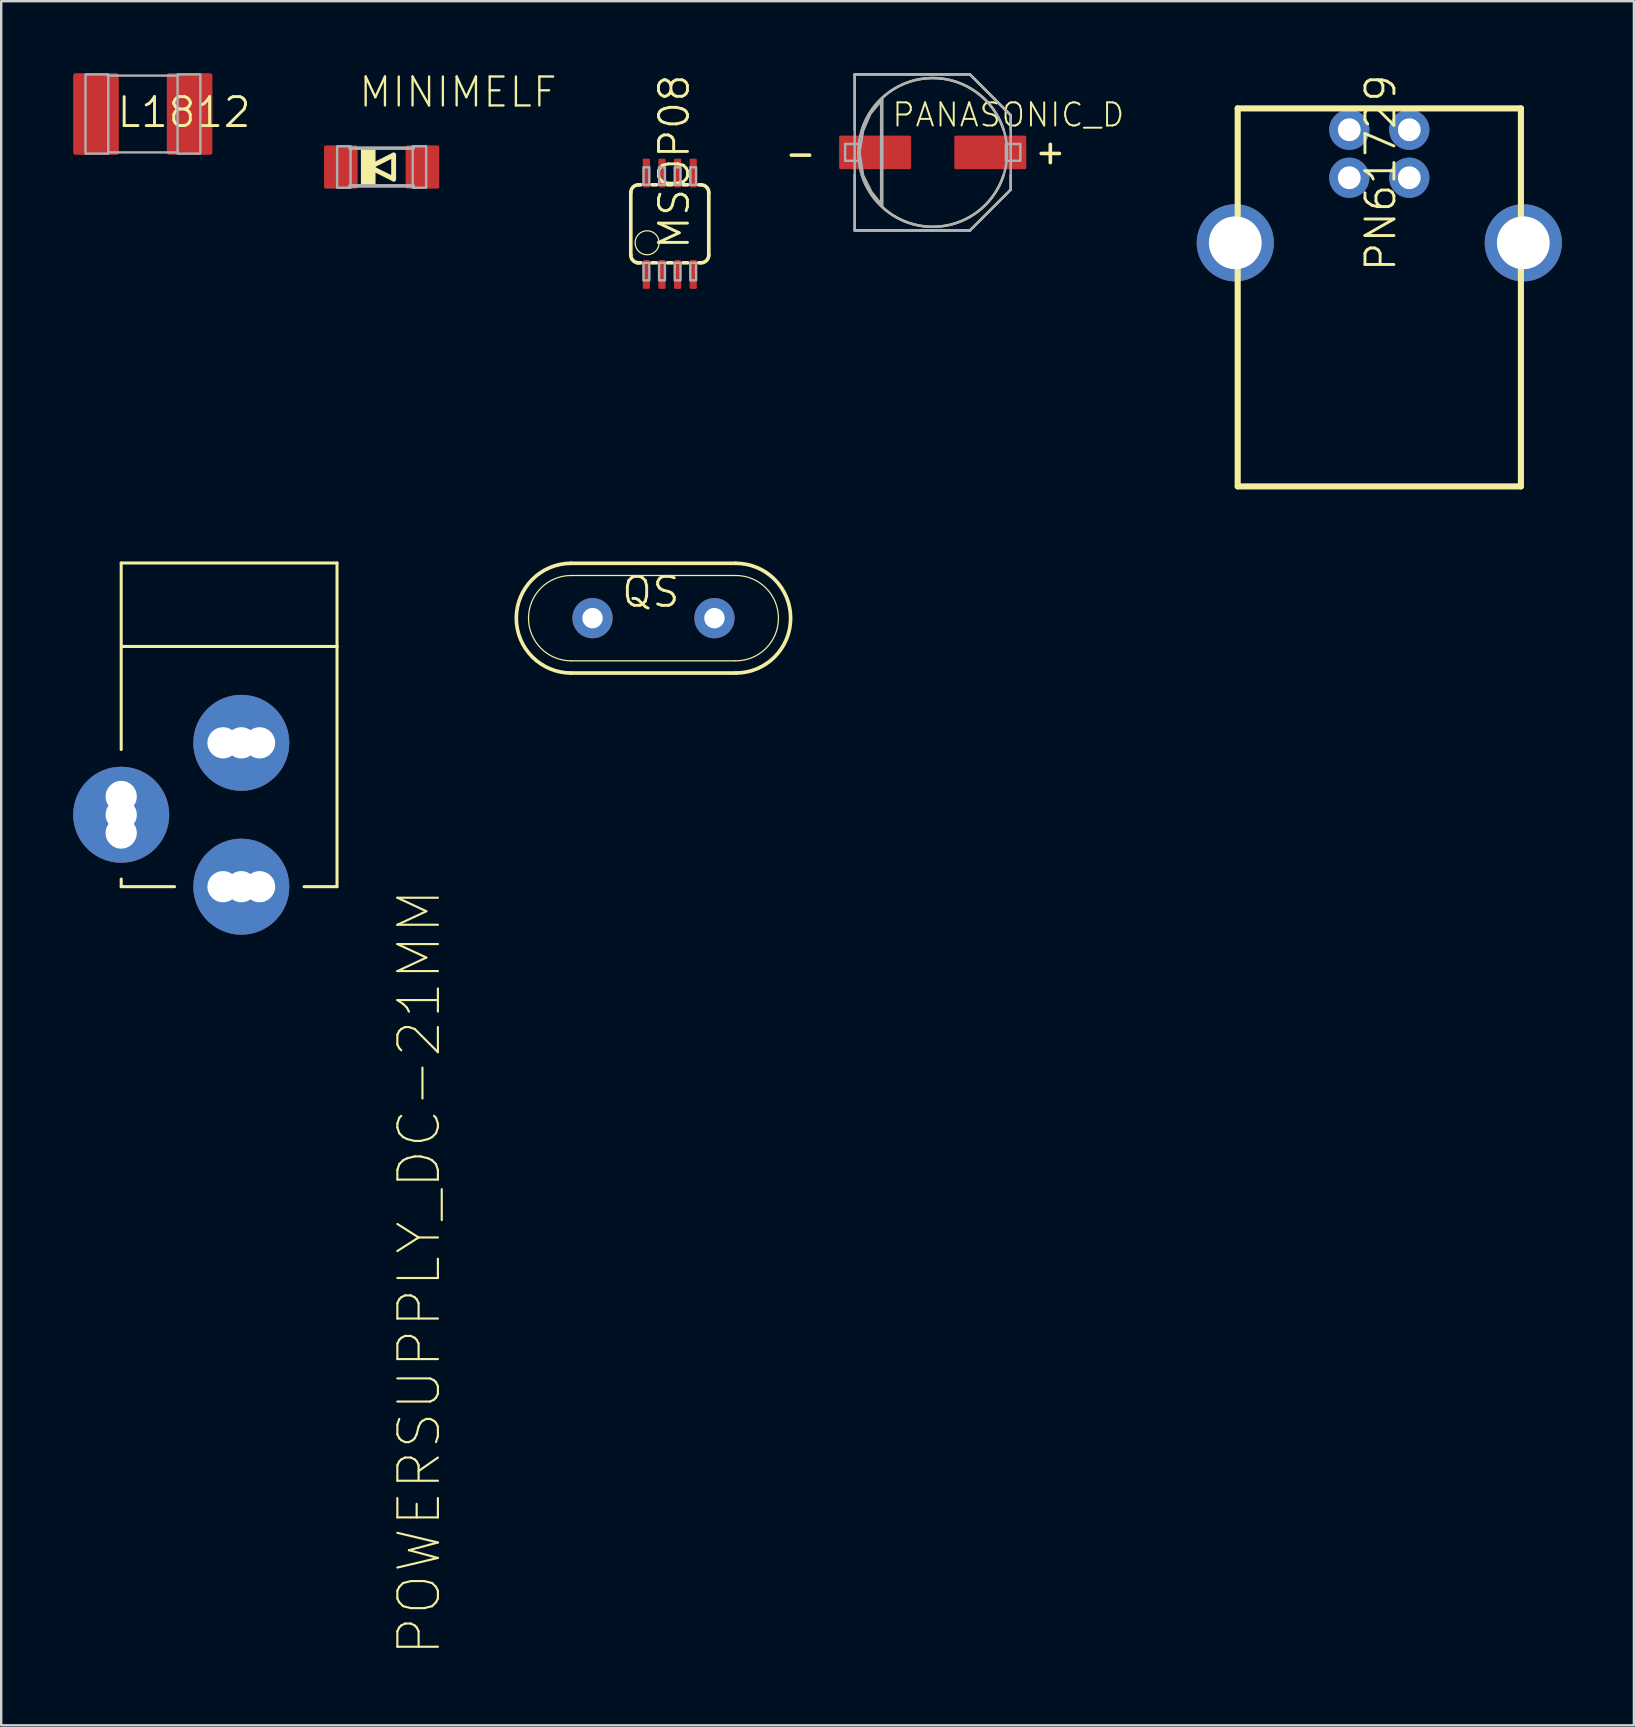
<source format=kicad_pcb>
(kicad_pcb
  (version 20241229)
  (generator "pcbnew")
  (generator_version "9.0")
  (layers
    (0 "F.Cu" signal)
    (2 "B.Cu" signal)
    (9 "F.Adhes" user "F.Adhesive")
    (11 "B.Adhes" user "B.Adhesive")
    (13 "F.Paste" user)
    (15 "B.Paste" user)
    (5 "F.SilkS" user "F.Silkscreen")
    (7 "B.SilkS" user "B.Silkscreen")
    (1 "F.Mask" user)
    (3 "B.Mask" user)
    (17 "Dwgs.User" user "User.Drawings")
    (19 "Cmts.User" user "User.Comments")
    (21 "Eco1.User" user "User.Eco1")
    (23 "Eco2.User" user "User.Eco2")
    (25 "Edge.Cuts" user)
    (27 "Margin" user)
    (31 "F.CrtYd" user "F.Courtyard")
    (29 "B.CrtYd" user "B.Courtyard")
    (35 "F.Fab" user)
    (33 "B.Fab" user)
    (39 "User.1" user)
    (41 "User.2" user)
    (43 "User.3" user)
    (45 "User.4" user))
  (footprint "MSOP08"
    (layer "F.Cu")
    (at 24.858 6.274)
    (property "Reference" "MSOP08" (at 0.889 1.143 270) (layer "F.SilkS") (effects (font (size 1.206 1.206) (thickness 0.121)) (justify left bottom)))
    (attr through_hole)
    (fp_line (start -1.626 1.301) (end -1.626 -1.299) (stroke (width 0.152) (type solid)) (layer "F.SilkS"))
    (fp_line (start -1.341 1.626) (end -1.204 1.626) (stroke (width 0.152) (type solid)) (layer "F.SilkS"))
    (fp_line (start -1.301 -1.624) (end -1.204 -1.624) (stroke (width 0.152) (type solid)) (layer "F.SilkS"))
    (fp_line (start -0.747 -1.624) (end -0.554 -1.624) (stroke (width 0.152) (type solid)) (layer "F.SilkS"))
    (fp_line (start -0.747 1.626) (end -0.554 1.626) (stroke (width 0.152) (type solid)) (layer "F.SilkS"))
    (fp_line (start -0.097 -1.624) (end 0.096 -1.624) (stroke (width 0.152) (type solid)) (layer "F.SilkS"))
    (fp_line (start -0.097 1.626) (end 0.096 1.626) (stroke (width 0.152) (type solid)) (layer "F.SilkS"))
    (fp_line (start 0.553 -1.624) (end 0.746 -1.624) (stroke (width 0.152) (type solid)) (layer "F.SilkS"))
    (fp_line (start 0.553 1.626) (end 0.746 1.626) (stroke (width 0.152) (type solid)) (layer "F.SilkS"))
    (fp_line (start 1.203 -1.624) (end 1.299 -1.624) (stroke (width 0.152) (type solid)) (layer "F.SilkS"))
    (fp_line (start 1.203 1.626) (end 1.299 1.626) (stroke (width 0.152) (type solid)) (layer "F.SilkS"))
    (fp_line (start 1.624 -1.299) (end 1.624 1.301) (stroke (width 0.152) (type solid)) (layer "F.SilkS"))
    (fp_arc (start -1.626 -1.299) (mid -1.53081 -1.52881) (end -1.301 -1.624) (stroke (width 0.1524) (type solid)) (layer "F.SilkS"))
    (fp_arc (start -1.301 1.626) (mid -1.53081 1.53081) (end -1.626 1.301) (stroke (width 0.1524) (type solid)) (layer "F.SilkS"))
    (fp_arc (start 1.299 -1.624) (mid 1.52881 -1.52881) (end 1.624 -1.299) (stroke (width 0.1524) (type solid)) (layer "F.SilkS"))
    (fp_arc (start 1.624 1.301) (mid 1.52881 1.53081) (end 1.299 1.626) (stroke (width 0.1524) (type solid)) (layer "F.SilkS"))
    (fp_circle (center -0.946 0.791) (end -0.446 0.791) (stroke (width 0.051) (type solid)) (fill no) (layer "F.SilkS"))
    (fp_poly (pts (xy -1.097 -1.624) (xy -0.854 -1.624) (xy -0.854 -2.356) (xy -1.097 -2.356)) (stroke (width 0.1) (type solid)) (fill no) (layer "F.Fab"))
    (fp_poly (pts (xy -1.097 2.357) (xy -0.854 2.357) (xy -0.854 1.626) (xy -1.097 1.626)) (stroke (width 0.1) (type solid)) (fill no) (layer "F.Fab"))
    (fp_poly (pts (xy -0.448 -1.624) (xy -0.204 -1.624) (xy -0.204 -2.356) (xy -0.448 -2.356)) (stroke (width 0.1) (type solid)) (fill no) (layer "F.Fab"))
    (fp_poly (pts (xy -0.448 2.357) (xy -0.204 2.357) (xy -0.204 1.626) (xy -0.448 1.626)) (stroke (width 0.1) (type solid)) (fill no) (layer "F.Fab"))
    (fp_poly (pts (xy 0.203 -1.624) (xy 0.446 -1.624) (xy 0.446 -2.356) (xy 0.203 -2.356)) (stroke (width 0.1) (type solid)) (fill no) (layer "F.Fab"))
    (fp_poly (pts (xy 0.203 2.357) (xy 0.446 2.357) (xy 0.446 1.626) (xy 0.203 1.626)) (stroke (width 0.1) (type solid)) (fill no) (layer "F.Fab"))
    (fp_poly (pts (xy 0.853 -1.624) (xy 1.096 -1.624) (xy 1.096 -2.356) (xy 0.853 -2.356)) (stroke (width 0.1) (type solid)) (fill no) (layer "F.Fab"))
    (fp_poly (pts (xy 0.853 2.357) (xy 1.096 2.357) (xy 1.096 1.626) (xy 0.853 1.626)) (stroke (width 0.1) (type solid)) (fill no) (layer "F.Fab"))
    (pad "1" smd roundrect (at -0.976 2.113) (size 0.3 1.2) (layers "F.Cu" "F.Mask" "F.Paste") (roundrect_rratio 0.169))
    (pad "2" smd roundrect (at -0.326 2.113) (size 0.3 1.2) (layers "F.Cu" "F.Mask" "F.Paste") (roundrect_rratio 0.169))
    (pad "3" smd roundrect (at 0.324 2.113) (size 0.3 1.2) (layers "F.Cu" "F.Mask" "F.Paste") (roundrect_rratio 0.169))
    (pad "4" smd roundrect (at 0.974 2.113) (size 0.3 1.2) (layers "F.Cu" "F.Mask" "F.Paste") (roundrect_rratio 0.169))
    (pad "5" smd roundrect (at 0.974 -2.112) (size 0.3 1.2) (layers "F.Cu" "F.Mask" "F.Paste") (roundrect_rratio 0.169))
    (pad "6" smd roundrect (at 0.324 -2.112) (size 0.3 1.2) (layers "F.Cu" "F.Mask" "F.Paste") (roundrect_rratio 0.169))
    (pad "7" smd roundrect (at -0.326 -2.112) (size 0.3 1.2) (layers "F.Cu" "F.Mask" "F.Paste") (roundrect_rratio 0.169))
    (pad "8" smd roundrect (at -0.976 -2.112) (size 0.3 1.2) (layers "F.Cu" "F.Mask" "F.Paste") (roundrect_rratio 0.169)))
  (footprint "MINIMELF"
    (layer "F.Cu")
    (at 12.851 3.909)
    (property "Reference" "MINIMELF" (at -1.016 -2.413 0) (layer "F.SilkS") (effects (font (size 1.206 1.206) (thickness 0.097)) (justify left bottom)))
    (attr through_hole)
    (fp_line (start -0.5 0) (end 0.5 0.5) (stroke (width 0.203) (type solid)) (layer "F.SilkS"))
    (fp_line (start 0.5 -0.5) (end -0.5 0) (stroke (width 0.203) (type solid)) (layer "F.SilkS"))
    (fp_line (start 0.5 0.5) (end 0.5 -0.5) (stroke (width 0.203) (type solid)) (layer "F.SilkS"))
    (fp_poly (pts (xy -0.864 0.787) (xy -0.254 0.787) (xy -0.254 -0.787) (xy -0.864 -0.787)) (stroke (width 0) (type solid)) (fill yes) (layer "F.SilkS"))
    (fp_line (start 1.321 -0.787) (end -1.321 -0.787) (stroke (width 0.152) (type solid)) (layer "F.Fab"))
    (fp_line (start 1.321 0.787) (end -1.321 0.787) (stroke (width 0.152) (type solid)) (layer "F.Fab"))
    (fp_poly (pts (xy -1.854 0.864) (xy -1.295 0.864) (xy -1.295 -0.864) (xy -1.854 -0.864)) (stroke (width 0.1) (type solid)) (fill no) (layer "F.Fab"))
    (fp_poly (pts (xy 1.295 0.864) (xy 1.854 0.864) (xy 1.854 -0.864) (xy 1.295 -0.864)) (stroke (width 0.1) (type solid)) (fill no) (layer "F.Fab"))
    (pad "1" smd roundrect (at -1.7 0) (size 1.4 1.8) (layers "F.Cu" "F.Mask" "F.Paste") (roundrect_rratio 0.05))
    (pad "2" smd roundrect (at 1.7 0) (size 1.4 1.8) (layers "F.Cu" "F.Mask" "F.Paste") (roundrect_rratio 0.05)))
  (footprint "QS"
    (layer "F.Cu")
    (at 24.177 22.706)
    (property "Reference" "QS" (at -1.397 -0.381 180) (layer "F.SilkS") (effects (font (size 1.206 1.206) (thickness 0.121)) (justify left bottom)))
    (attr through_hole)
    (fp_line (start -3.429 1.778) (end 3.429 1.778) (stroke (width 0.051) (type solid)) (layer "F.SilkS"))
    (fp_line (start -3.429 2.286) (end 3.429 2.286) (stroke (width 0.152) (type solid)) (layer "F.SilkS"))
    (fp_line (start 3.429 -2.286) (end -3.429 -2.286) (stroke (width 0.152) (type solid)) (layer "F.SilkS"))
    (fp_line (start 3.429 -1.778) (end -3.429 -1.778) (stroke (width 0.051) (type solid)) (layer "F.SilkS"))
    (fp_arc (start -3.429 1.778) (mid -5.207 0) (end -3.429 -1.778) (stroke (width 0.0508) (type solid)) (layer "F.SilkS"))
    (fp_arc (start -3.429 2.286) (mid -5.715 0) (end -3.429 -2.286) (stroke (width 0.1524) (type solid)) (layer "F.SilkS"))
    (fp_arc (start 3.429 -2.286) (mid 5.715 0) (end 3.429 2.286) (stroke (width 0.1524) (type solid)) (layer "F.SilkS"))
    (fp_arc (start 3.429 -1.778) (mid 5.207 0) (end 3.429 1.778) (stroke (width 0.0508) (type solid)) (layer "F.SilkS"))
    (pad "1" thru_hole circle (at -2.54 0 90) (size 1.676 1.676) (drill 0.85) (layers "*.Cu" "*.Mask"))
    (pad "2" thru_hole circle (at 2.54 0 90) (size 1.676 1.676) (drill 0.85) (layers "*.Cu" "*.Mask")))
  (footprint "PANASONIC_D"
    (layer "F.Cu")
    (at 35.812 3.301)
    (property "Reference" "PANASONIC_D" (at -1.75 -1 0) (layer "F.SilkS") (effects (font (size 0.965 0.965) (thickness 0.081)) (justify left bottom)))
    (attr through_hole)
    (fp_line (start -3.25 -3.25) (end 1.55 -3.25) (stroke (width 0.102) (type solid)) (layer "F.SilkS"))
    (fp_line (start -3.25 -0.95) (end -3.25 -3.25) (stroke (width 0.102) (type solid)) (layer "F.SilkS"))
    (fp_line (start -3.25 3.25) (end -3.25 0.95) (stroke (width 0.102) (type solid)) (layer "F.SilkS"))
    (fp_line (start 1.55 -3.25) (end 3.25 -1.55) (stroke (width 0.102) (type solid)) (layer "F.SilkS"))
    (fp_line (start 1.55 3.25) (end -3.25 3.25) (stroke (width 0.102) (type solid)) (layer "F.SilkS"))
    (fp_line (start 3.25 -1.55) (end 3.25 -0.95) (stroke (width 0.102) (type solid)) (layer "F.SilkS"))
    (fp_line (start 3.25 0.95) (end 3.25 1.55) (stroke (width 0.102) (type solid)) (layer "F.SilkS"))
    (fp_line (start 3.25 1.55) (end 1.55 3.25) (stroke (width 0.102) (type solid)) (layer "F.SilkS"))
    (fp_arc (start -2.95 -0.95) (mid 0 -3.099193) (end 2.95 -0.95) (stroke (width 0.1016) (type solid)) (layer "F.SilkS"))
    (fp_arc (start 2.95 0.95) (mid 0 3.099193) (end -2.95 0.95) (stroke (width 0.1016) (type solid)) (layer "F.SilkS"))
    (fp_line (start -3.25 -3.25) (end 1.55 -3.25) (stroke (width 0.102) (type solid)) (layer "F.Fab"))
    (fp_line (start -3.25 3.25) (end -3.25 -3.25) (stroke (width 0.102) (type solid)) (layer "F.Fab"))
    (fp_line (start -2.1 -2.25) (end -2.1 2.2) (stroke (width 0.102) (type solid)) (layer "F.Fab"))
    (fp_line (start 1.55 -3.25) (end 3.25 -1.55) (stroke (width 0.102) (type solid)) (layer "F.Fab"))
    (fp_line (start 1.55 3.25) (end -3.25 3.25) (stroke (width 0.102) (type solid)) (layer "F.Fab"))
    (fp_line (start 3.25 -1.55) (end 3.25 1.55) (stroke (width 0.102) (type solid)) (layer "F.Fab"))
    (fp_line (start 3.25 1.55) (end 1.55 3.25) (stroke (width 0.102) (type solid)) (layer "F.Fab"))
    (fp_circle (center 0 0) (end 3.1 0) (stroke (width 0.102) (type solid)) (fill no) (layer "F.Fab"))
    (fp_poly (pts (xy -3.65 0.35) (xy -3.05 0.35) (xy -3.05 -0.35) (xy -3.65 -0.35)) (stroke (width 0.1) (type solid)) (fill no) (layer "F.Fab"))
    (fp_poly (pts (xy 3.05 0.35) (xy 3.65 0.35) (xy 3.65 -0.35) (xy 3.05 -0.35)) (stroke (width 0.1) (type solid)) (fill no) (layer "F.Fab"))
    (fp_poly (pts (xy -2.15 -2.15) (xy -2.6 -1.6) (xy -2.9 -0.9) (xy -3.05 0) (xy -2.9 0.95) (xy -2.55 1.65) (xy -2.15 2.15) (xy -2.15 -2.1)) (stroke (width 0.1) (type solid)) (fill no) (layer "F.Fab"))
    (fp_text user "-" (at -5.51 0.04 0) (layer "F.SilkS") (effects (font (size 1 1) (thickness 0.15))))
    (fp_text user "+" (at 4.9 -0.03 0) (layer "F.SilkS") (effects (font (size 1 1) (thickness 0.15))))
    (pad "1" smd roundrect (at 2.4 0) (size 3 1.4) (layers "F.Cu" "F.Mask" "F.Paste") (roundrect_rratio 0.05))
    (pad "2" smd roundrect (at -2.4 0) (size 3 1.4) (layers "F.Cu" "F.Mask" "F.Paste") (roundrect_rratio 0.05)))
  (footprint "PN61729"
    (layer "F.Cu")
    (at 54.419 7.066)
    (property "Reference" "PN61729" (at 0.762 1.27 90) (layer "F.SilkS") (effects (font (size 1.206 1.206) (thickness 0.121)) (justify left bottom)))
    (attr through_hole)
    (fp_line (start -5.9 -5.6) (end -5.9 10.15) (stroke (width 0.254) (type solid)) (layer "F.SilkS"))
    (fp_line (start -5.9 10.15) (end 5.9 10.15) (stroke (width 0.254) (type solid)) (layer "F.SilkS"))
    (fp_line (start 5.9 -5.6) (end -5.9 -5.6) (stroke (width 0.254) (type solid)) (layer "F.SilkS"))
    (fp_line (start 5.9 10.15) (end 5.9 -5.6) (stroke (width 0.254) (type solid)) (layer "F.SilkS"))
    (pad "1" thru_hole circle (at 1.25 -4.71) (size 1.676 1.676) (drill 0.95) (layers "*.Cu" "*.Mask"))
    (pad "2" thru_hole circle (at -1.25 -4.71) (size 1.676 1.676) (drill 0.95) (layers "*.Cu" "*.Mask"))
    (pad "3" thru_hole circle (at -1.25 -2.71) (size 1.676 1.676) (drill 0.95) (layers "*.Cu" "*.Mask"))
    (pad "4" thru_hole circle (at 1.25 -2.71) (size 1.676 1.676) (drill 0.95) (layers "*.Cu" "*.Mask"))
    (pad "5" thru_hole circle (at -6 0) (size 3.216 3.216) (drill 2.2) (layers "*.Cu" "*.Mask"))
    (pad "6" thru_hole circle (at 6 0) (size 3.216 3.216) (drill 2.2) (layers "*.Cu" "*.Mask")))
  (footprint "POWERSUPPLY_DC-21MM"
    (layer "F.Cu")
    (at 7.08 27.544)
    (property "Reference" "POWERSUPPLY_DC-21MM" (at 6.35 6.35 90) (layer "F.SilkS") (effects (font (size 1.689 1.689) (thickness 0.089)) (justify right top)))
    (attr through_hole)
    (fp_line (start -5.08 -7.137) (end -5.08 0.635) (stroke (width 0.127) (type solid)) (layer "F.SilkS"))
    (fp_line (start -5.08 6.35) (end -5.08 6.032) (stroke (width 0.127) (type solid)) (layer "F.SilkS"))
    (fp_line (start -5.055 -3.658) (end 3.912 -3.658) (stroke (width 0.127) (type solid)) (layer "F.SilkS"))
    (fp_line (start -2.857 6.35) (end -5.08 6.35) (stroke (width 0.127) (type solid)) (layer "F.SilkS"))
    (fp_line (start 2.54 6.35) (end 3.912 6.35) (stroke (width 0.127) (type solid)) (layer "F.SilkS"))
    (fp_line (start 3.912 -7.137) (end -5.08 -7.137) (stroke (width 0.127) (type solid)) (layer "F.SilkS"))
    (fp_line (start 3.912 -3.658) (end 3.912 -7.137) (stroke (width 0.127) (type solid)) (layer "F.SilkS"))
    (fp_line (start 3.912 6.35) (end 3.912 -3.658) (stroke (width 0.127) (type solid)) (layer "F.SilkS"))
    (pad "1" thru_hole circle (at -5.08 3.353 90) (size 4 4) (drill 1.3) (layers "*.Cu" "*.Mask"))
    (pad "2" thru_hole circle (at -0.076 6.35) (size 4 4) (drill 1.3) (layers "*.Cu" "*.Mask"))
    (pad "3" thru_hole circle (at -0.076 0.356) (size 4 4) (drill 1.3) (layers "*.Cu" "*.Mask"))
    (pad "4" thru_hole circle (at -5.08 4.115) (size 1.95 1.95) (drill 1.3) (layers "*.Cu" "*.Mask"))
    (pad "5" thru_hole circle (at -5.08 2.591) (size 1.95 1.95) (drill 1.3) (layers "*.Cu" "*.Mask"))
    (pad "6" thru_hole circle (at -0.838 0.356) (size 1.95 1.95) (drill 1.3) (layers "*.Cu" "*.Mask"))
    (pad "7" thru_hole circle (at 0.686 0.356) (size 1.95 1.95) (drill 1.3) (layers "*.Cu" "*.Mask"))
    (pad "8" thru_hole circle (at -0.838 6.35) (size 1.95 1.95) (drill 1.3) (layers "*.Cu" "*.Mask"))
    (pad "9" thru_hole circle (at 0.686 6.35) (size 1.95 1.95) (drill 1.3) (layers "*.Cu" "*.Mask")))
  (footprint "L1812"
    (layer "F.Cu")
    (at 2.9 1.7)
    (property "Reference" "L1812" (at -1.143 0.635 0) (layer "F.SilkS") (effects (font (size 1.206 1.206) (thickness 0.121)) (justify left bottom)))
    (attr through_hole)
    (fp_line (start -1.473 -1.6) (end 1.473 -1.6) (stroke (width 0.102) (type solid)) (layer "F.Fab"))
    (fp_line (start -1.448 1.6) (end 1.473 1.6) (stroke (width 0.102) (type solid)) (layer "F.Fab"))
    (fp_poly (pts (xy -2.388 1.651) (xy -1.438 1.651) (xy -1.438 -1.649) (xy -2.388 -1.649)) (stroke (width 0.1) (type solid)) (fill no) (layer "F.Fab"))
    (fp_poly (pts (xy 1.448 1.651) (xy 2.398 1.651) (xy 2.398 -1.649) (xy 1.448 -1.649)) (stroke (width 0.1) (type solid)) (fill no) (layer "F.Fab"))
    (pad "1" smd roundrect (at -1.95 0) (size 1.9 3.4) (layers "F.Cu" "F.Mask" "F.Paste") (roundrect_rratio 0.05))
    (pad "2" smd roundrect (at 1.95 0) (size 1.9 3.4) (layers "F.Cu" "F.Mask" "F.Paste") (roundrect_rratio 0.05)))
  (gr_rect
    (start -3 -3)
    (end 65.027 68.836)
    (stroke (width 0.1) (type default))
    (fill no)
    (layer "Edge.Cuts")))
</source>
